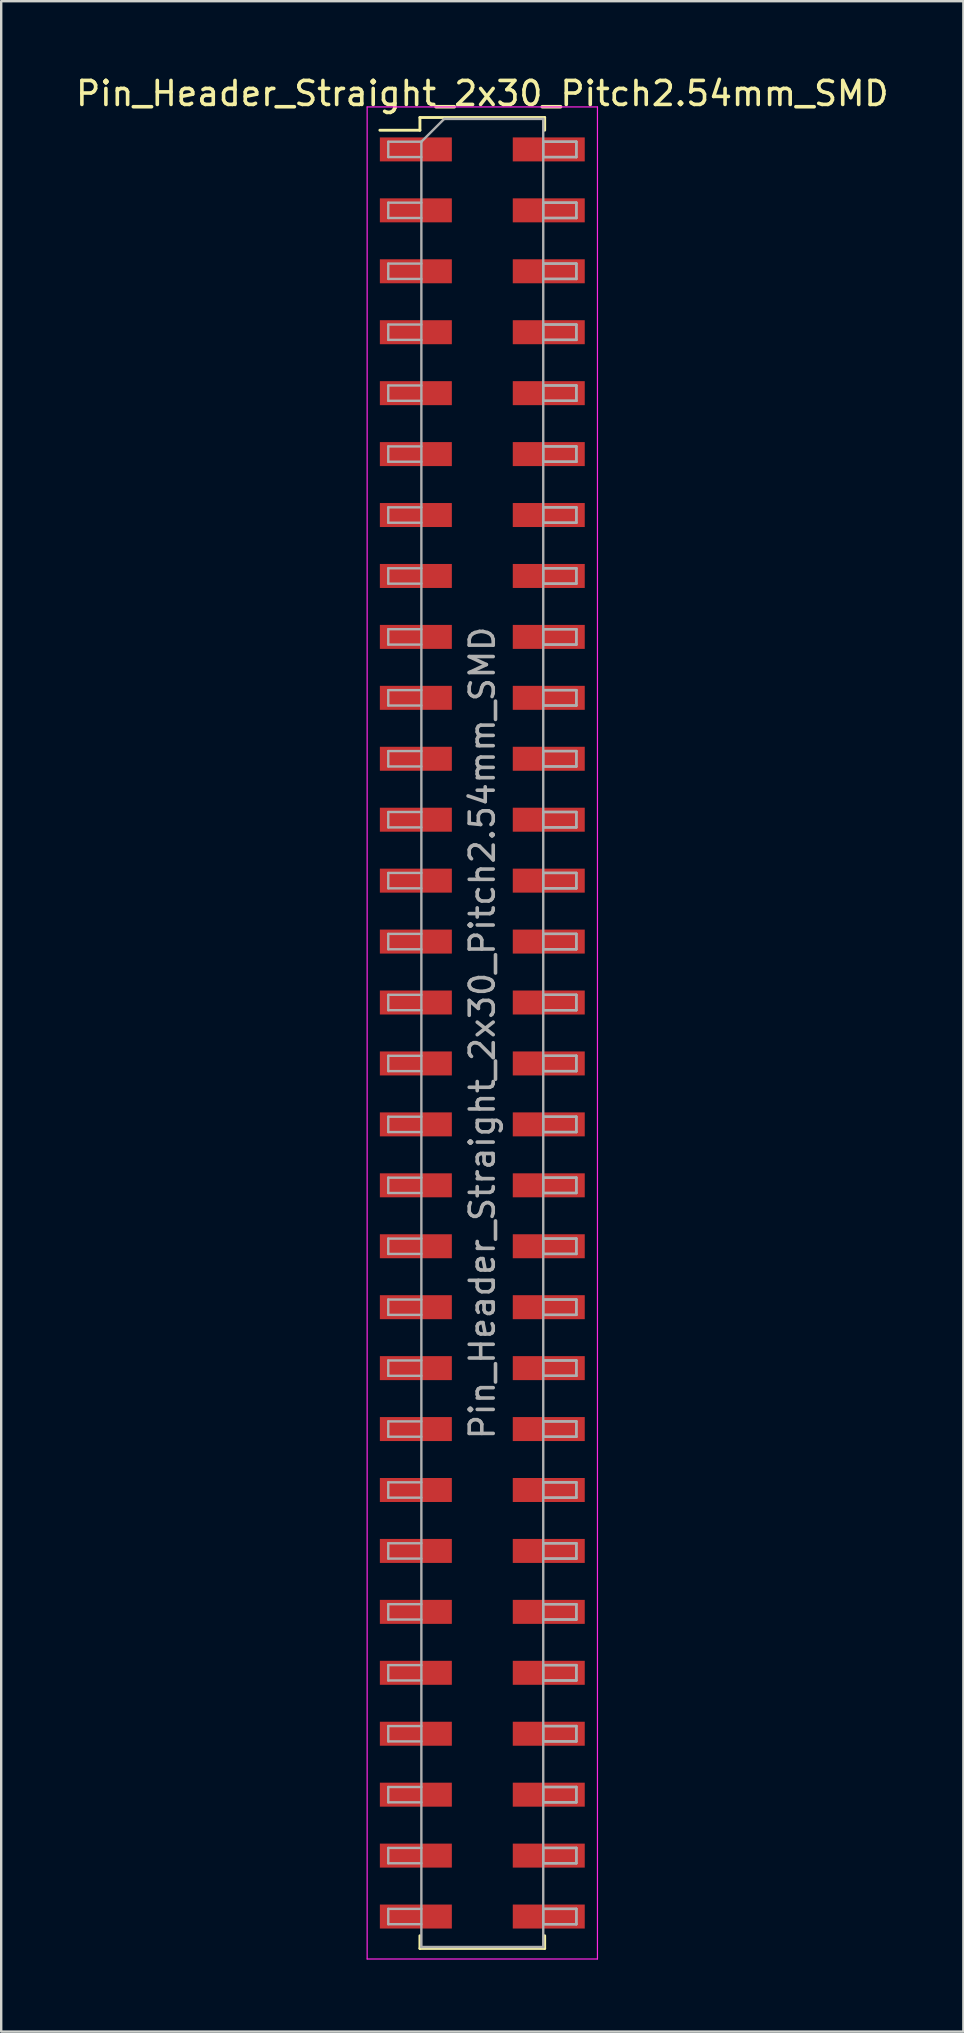
<source format=kicad_pcb>
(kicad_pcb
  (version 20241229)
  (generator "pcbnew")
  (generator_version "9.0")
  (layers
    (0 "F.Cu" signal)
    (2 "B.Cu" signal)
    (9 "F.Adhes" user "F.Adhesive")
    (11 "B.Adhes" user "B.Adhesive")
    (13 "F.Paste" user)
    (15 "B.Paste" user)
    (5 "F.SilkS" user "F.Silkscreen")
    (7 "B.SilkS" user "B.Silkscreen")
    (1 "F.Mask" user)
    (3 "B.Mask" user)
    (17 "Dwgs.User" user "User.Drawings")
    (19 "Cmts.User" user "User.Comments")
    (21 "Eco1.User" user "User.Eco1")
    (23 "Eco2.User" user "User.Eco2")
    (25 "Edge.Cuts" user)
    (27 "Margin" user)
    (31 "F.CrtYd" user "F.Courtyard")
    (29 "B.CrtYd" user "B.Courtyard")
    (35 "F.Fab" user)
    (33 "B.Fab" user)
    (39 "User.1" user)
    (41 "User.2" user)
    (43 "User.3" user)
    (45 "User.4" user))
  (footprint "Pin_Header_Straight_2x30_Pitch2.54mm_SMD"
    (layer "F.Cu")
    (at 17.054 40.008)
    (property "Reference" "Pin_Header_Straight_2x30_Pitch2.54mm_SMD" (at 0 -39.16 0) (layer "F.SilkS") (effects (font (size 1 1) (thickness 0.15))))
    (attr smd)
    (fp_line (start -4.27 -37.63) (end -2.6 -37.63) (stroke (width 0.12) (type solid)) (layer "F.SilkS"))
    (fp_line (start -2.6 -38.16) (end 2.6 -38.16) (stroke (width 0.12) (type solid)) (layer "F.SilkS"))
    (fp_line (start -2.6 -37.63) (end -2.6 -38.16) (stroke (width 0.12) (type solid)) (layer "F.SilkS"))
    (fp_line (start -2.6 37.63) (end -2.6 38.16) (stroke (width 0.12) (type solid)) (layer "F.SilkS"))
    (fp_line (start -2.6 38.16) (end 2.6 38.16) (stroke (width 0.12) (type solid)) (layer "F.SilkS"))
    (fp_line (start 2.6 -38.16) (end 2.6 -37.63) (stroke (width 0.12) (type solid)) (layer "F.SilkS"))
    (fp_line (start 2.6 38.16) (end 2.6 37.63) (stroke (width 0.12) (type solid)) (layer "F.SilkS"))
    (fp_line (start -4.8 -38.6) (end -4.8 38.6) (stroke (width 0.05) (type solid)) (layer "F.CrtYd"))
    (fp_line (start -4.8 38.6) (end 4.8 38.6) (stroke (width 0.05) (type solid)) (layer "F.CrtYd"))
    (fp_line (start 4.8 -38.6) (end -4.8 -38.6) (stroke (width 0.05) (type solid)) (layer "F.CrtYd"))
    (fp_line (start 4.8 38.6) (end 4.8 -38.6) (stroke (width 0.05) (type solid)) (layer "F.CrtYd"))
    (fp_line (start -3.92 -37.15) (end -3.92 -36.51) (stroke (width 0.1) (type solid)) (layer "F.Fab"))
    (fp_line (start -3.92 -36.51) (end -2.54 -36.51) (stroke (width 0.1) (type solid)) (layer "F.Fab"))
    (fp_line (start -3.92 -34.61) (end -3.92 -33.97) (stroke (width 0.1) (type solid)) (layer "F.Fab"))
    (fp_line (start -3.92 -33.97) (end -2.54 -33.97) (stroke (width 0.1) (type solid)) (layer "F.Fab"))
    (fp_line (start -3.92 -32.07) (end -3.92 -31.43) (stroke (width 0.1) (type solid)) (layer "F.Fab"))
    (fp_line (start -3.92 -31.43) (end -2.54 -31.43) (stroke (width 0.1) (type solid)) (layer "F.Fab"))
    (fp_line (start -3.92 -29.53) (end -3.92 -28.89) (stroke (width 0.1) (type solid)) (layer "F.Fab"))
    (fp_line (start -3.92 -28.89) (end -2.54 -28.89) (stroke (width 0.1) (type solid)) (layer "F.Fab"))
    (fp_line (start -3.92 -26.99) (end -3.92 -26.35) (stroke (width 0.1) (type solid)) (layer "F.Fab"))
    (fp_line (start -3.92 -26.35) (end -2.54 -26.35) (stroke (width 0.1) (type solid)) (layer "F.Fab"))
    (fp_line (start -3.92 -24.45) (end -3.92 -23.81) (stroke (width 0.1) (type solid)) (layer "F.Fab"))
    (fp_line (start -3.92 -23.81) (end -2.54 -23.81) (stroke (width 0.1) (type solid)) (layer "F.Fab"))
    (fp_line (start -3.92 -21.91) (end -3.92 -21.27) (stroke (width 0.1) (type solid)) (layer "F.Fab"))
    (fp_line (start -3.92 -21.27) (end -2.54 -21.27) (stroke (width 0.1) (type solid)) (layer "F.Fab"))
    (fp_line (start -3.92 -19.37) (end -3.92 -18.73) (stroke (width 0.1) (type solid)) (layer "F.Fab"))
    (fp_line (start -3.92 -18.73) (end -2.54 -18.73) (stroke (width 0.1) (type solid)) (layer "F.Fab"))
    (fp_line (start -3.92 -16.83) (end -3.92 -16.19) (stroke (width 0.1) (type solid)) (layer "F.Fab"))
    (fp_line (start -3.92 -16.19) (end -2.54 -16.19) (stroke (width 0.1) (type solid)) (layer "F.Fab"))
    (fp_line (start -3.92 -14.29) (end -3.92 -13.65) (stroke (width 0.1) (type solid)) (layer "F.Fab"))
    (fp_line (start -3.92 -13.65) (end -2.54 -13.65) (stroke (width 0.1) (type solid)) (layer "F.Fab"))
    (fp_line (start -3.92 -11.75) (end -3.92 -11.11) (stroke (width 0.1) (type solid)) (layer "F.Fab"))
    (fp_line (start -3.92 -11.11) (end -2.54 -11.11) (stroke (width 0.1) (type solid)) (layer "F.Fab"))
    (fp_line (start -3.92 -9.21) (end -3.92 -8.57) (stroke (width 0.1) (type solid)) (layer "F.Fab"))
    (fp_line (start -3.92 -8.57) (end -2.54 -8.57) (stroke (width 0.1) (type solid)) (layer "F.Fab"))
    (fp_line (start -3.92 -6.67) (end -3.92 -6.03) (stroke (width 0.1) (type solid)) (layer "F.Fab"))
    (fp_line (start -3.92 -6.03) (end -2.54 -6.03) (stroke (width 0.1) (type solid)) (layer "F.Fab"))
    (fp_line (start -3.92 -4.13) (end -3.92 -3.49) (stroke (width 0.1) (type solid)) (layer "F.Fab"))
    (fp_line (start -3.92 -3.49) (end -2.54 -3.49) (stroke (width 0.1) (type solid)) (layer "F.Fab"))
    (fp_line (start -3.92 -1.59) (end -3.92 -0.95) (stroke (width 0.1) (type solid)) (layer "F.Fab"))
    (fp_line (start -3.92 -0.95) (end -2.54 -0.95) (stroke (width 0.1) (type solid)) (layer "F.Fab"))
    (fp_line (start -3.92 0.95) (end -3.92 1.59) (stroke (width 0.1) (type solid)) (layer "F.Fab"))
    (fp_line (start -3.92 1.59) (end -2.54 1.59) (stroke (width 0.1) (type solid)) (layer "F.Fab"))
    (fp_line (start -3.92 3.49) (end -3.92 4.13) (stroke (width 0.1) (type solid)) (layer "F.Fab"))
    (fp_line (start -3.92 4.13) (end -2.54 4.13) (stroke (width 0.1) (type solid)) (layer "F.Fab"))
    (fp_line (start -3.92 6.03) (end -3.92 6.67) (stroke (width 0.1) (type solid)) (layer "F.Fab"))
    (fp_line (start -3.92 6.67) (end -2.54 6.67) (stroke (width 0.1) (type solid)) (layer "F.Fab"))
    (fp_line (start -3.92 8.57) (end -3.92 9.21) (stroke (width 0.1) (type solid)) (layer "F.Fab"))
    (fp_line (start -3.92 9.21) (end -2.54 9.21) (stroke (width 0.1) (type solid)) (layer "F.Fab"))
    (fp_line (start -3.92 11.11) (end -3.92 11.75) (stroke (width 0.1) (type solid)) (layer "F.Fab"))
    (fp_line (start -3.92 11.75) (end -2.54 11.75) (stroke (width 0.1) (type solid)) (layer "F.Fab"))
    (fp_line (start -3.92 13.65) (end -3.92 14.29) (stroke (width 0.1) (type solid)) (layer "F.Fab"))
    (fp_line (start -3.92 14.29) (end -2.54 14.29) (stroke (width 0.1) (type solid)) (layer "F.Fab"))
    (fp_line (start -3.92 16.19) (end -3.92 16.83) (stroke (width 0.1) (type solid)) (layer "F.Fab"))
    (fp_line (start -3.92 16.83) (end -2.54 16.83) (stroke (width 0.1) (type solid)) (layer "F.Fab"))
    (fp_line (start -3.92 18.73) (end -3.92 19.37) (stroke (width 0.1) (type solid)) (layer "F.Fab"))
    (fp_line (start -3.92 19.37) (end -2.54 19.37) (stroke (width 0.1) (type solid)) (layer "F.Fab"))
    (fp_line (start -3.92 21.27) (end -3.92 21.91) (stroke (width 0.1) (type solid)) (layer "F.Fab"))
    (fp_line (start -3.92 21.91) (end -2.54 21.91) (stroke (width 0.1) (type solid)) (layer "F.Fab"))
    (fp_line (start -3.92 23.81) (end -3.92 24.45) (stroke (width 0.1) (type solid)) (layer "F.Fab"))
    (fp_line (start -3.92 24.45) (end -2.54 24.45) (stroke (width 0.1) (type solid)) (layer "F.Fab"))
    (fp_line (start -3.92 26.35) (end -3.92 26.99) (stroke (width 0.1) (type solid)) (layer "F.Fab"))
    (fp_line (start -3.92 26.99) (end -2.54 26.99) (stroke (width 0.1) (type solid)) (layer "F.Fab"))
    (fp_line (start -3.92 28.89) (end -3.92 29.53) (stroke (width 0.1) (type solid)) (layer "F.Fab"))
    (fp_line (start -3.92 29.53) (end -2.54 29.53) (stroke (width 0.1) (type solid)) (layer "F.Fab"))
    (fp_line (start -3.92 31.43) (end -3.92 32.07) (stroke (width 0.1) (type solid)) (layer "F.Fab"))
    (fp_line (start -3.92 32.07) (end -2.54 32.07) (stroke (width 0.1) (type solid)) (layer "F.Fab"))
    (fp_line (start -3.92 33.97) (end -3.92 34.61) (stroke (width 0.1) (type solid)) (layer "F.Fab"))
    (fp_line (start -3.92 34.61) (end -2.54 34.61) (stroke (width 0.1) (type solid)) (layer "F.Fab"))
    (fp_line (start -3.92 36.51) (end -3.92 37.15) (stroke (width 0.1) (type solid)) (layer "F.Fab"))
    (fp_line (start -3.92 37.15) (end -2.54 37.15) (stroke (width 0.1) (type solid)) (layer "F.Fab"))
    (fp_line (start -2.54 -37.15) (end -3.92 -37.15) (stroke (width 0.1) (type solid)) (layer "F.Fab"))
    (fp_line (start -2.54 -37.15) (end -1.59 -38.1) (stroke (width 0.1) (type solid)) (layer "F.Fab"))
    (fp_line (start -2.54 -34.61) (end -3.92 -34.61) (stroke (width 0.1) (type solid)) (layer "F.Fab"))
    (fp_line (start -2.54 -32.07) (end -3.92 -32.07) (stroke (width 0.1) (type solid)) (layer "F.Fab"))
    (fp_line (start -2.54 -29.53) (end -3.92 -29.53) (stroke (width 0.1) (type solid)) (layer "F.Fab"))
    (fp_line (start -2.54 -26.99) (end -3.92 -26.99) (stroke (width 0.1) (type solid)) (layer "F.Fab"))
    (fp_line (start -2.54 -24.45) (end -3.92 -24.45) (stroke (width 0.1) (type solid)) (layer "F.Fab"))
    (fp_line (start -2.54 -21.91) (end -3.92 -21.91) (stroke (width 0.1) (type solid)) (layer "F.Fab"))
    (fp_line (start -2.54 -19.37) (end -3.92 -19.37) (stroke (width 0.1) (type solid)) (layer "F.Fab"))
    (fp_line (start -2.54 -16.83) (end -3.92 -16.83) (stroke (width 0.1) (type solid)) (layer "F.Fab"))
    (fp_line (start -2.54 -14.29) (end -3.92 -14.29) (stroke (width 0.1) (type solid)) (layer "F.Fab"))
    (fp_line (start -2.54 -11.75) (end -3.92 -11.75) (stroke (width 0.1) (type solid)) (layer "F.Fab"))
    (fp_line (start -2.54 -9.21) (end -3.92 -9.21) (stroke (width 0.1) (type solid)) (layer "F.Fab"))
    (fp_line (start -2.54 -6.67) (end -3.92 -6.67) (stroke (width 0.1) (type solid)) (layer "F.Fab"))
    (fp_line (start -2.54 -4.13) (end -3.92 -4.13) (stroke (width 0.1) (type solid)) (layer "F.Fab"))
    (fp_line (start -2.54 -1.59) (end -3.92 -1.59) (stroke (width 0.1) (type solid)) (layer "F.Fab"))
    (fp_line (start -2.54 0.95) (end -3.92 0.95) (stroke (width 0.1) (type solid)) (layer "F.Fab"))
    (fp_line (start -2.54 3.49) (end -3.92 3.49) (stroke (width 0.1) (type solid)) (layer "F.Fab"))
    (fp_line (start -2.54 6.03) (end -3.92 6.03) (stroke (width 0.1) (type solid)) (layer "F.Fab"))
    (fp_line (start -2.54 8.57) (end -3.92 8.57) (stroke (width 0.1) (type solid)) (layer "F.Fab"))
    (fp_line (start -2.54 11.11) (end -3.92 11.11) (stroke (width 0.1) (type solid)) (layer "F.Fab"))
    (fp_line (start -2.54 13.65) (end -3.92 13.65) (stroke (width 0.1) (type solid)) (layer "F.Fab"))
    (fp_line (start -2.54 16.19) (end -3.92 16.19) (stroke (width 0.1) (type solid)) (layer "F.Fab"))
    (fp_line (start -2.54 18.73) (end -3.92 18.73) (stroke (width 0.1) (type solid)) (layer "F.Fab"))
    (fp_line (start -2.54 21.27) (end -3.92 21.27) (stroke (width 0.1) (type solid)) (layer "F.Fab"))
    (fp_line (start -2.54 23.81) (end -3.92 23.81) (stroke (width 0.1) (type solid)) (layer "F.Fab"))
    (fp_line (start -2.54 26.35) (end -3.92 26.35) (stroke (width 0.1) (type solid)) (layer "F.Fab"))
    (fp_line (start -2.54 28.89) (end -3.92 28.89) (stroke (width 0.1) (type solid)) (layer "F.Fab"))
    (fp_line (start -2.54 31.43) (end -3.92 31.43) (stroke (width 0.1) (type solid)) (layer "F.Fab"))
    (fp_line (start -2.54 33.97) (end -3.92 33.97) (stroke (width 0.1) (type solid)) (layer "F.Fab"))
    (fp_line (start -2.54 36.51) (end -3.92 36.51) (stroke (width 0.1) (type solid)) (layer "F.Fab"))
    (fp_line (start -2.54 38.1) (end -2.54 -37.15) (stroke (width 0.1) (type solid)) (layer "F.Fab"))
    (fp_line (start -1.59 -38.1) (end 2.54 -38.1) (stroke (width 0.1) (type solid)) (layer "F.Fab"))
    (fp_line (start 2.54 -38.1) (end 2.54 38.1) (stroke (width 0.1) (type solid)) (layer "F.Fab"))
    (fp_line (start 2.54 -37.15) (end 2.54 -36.51) (stroke (width 0.1) (type solid)) (layer "F.Fab"))
    (fp_line (start 2.54 -37.15) (end 3.92 -37.15) (stroke (width 0.1) (type solid)) (layer "F.Fab"))
    (fp_line (start 2.54 -36.51) (end 3.92 -36.51) (stroke (width 0.1) (type solid)) (layer "F.Fab"))
    (fp_line (start 2.54 -34.61) (end 2.54 -33.97) (stroke (width 0.1) (type solid)) (layer "F.Fab"))
    (fp_line (start 2.54 -34.61) (end 3.92 -34.61) (stroke (width 0.1) (type solid)) (layer "F.Fab"))
    (fp_line (start 2.54 -33.97) (end 3.92 -33.97) (stroke (width 0.1) (type solid)) (layer "F.Fab"))
    (fp_line (start 2.54 -32.07) (end 2.54 -31.43) (stroke (width 0.1) (type solid)) (layer "F.Fab"))
    (fp_line (start 2.54 -32.07) (end 3.92 -32.07) (stroke (width 0.1) (type solid)) (layer "F.Fab"))
    (fp_line (start 2.54 -31.43) (end 3.92 -31.43) (stroke (width 0.1) (type solid)) (layer "F.Fab"))
    (fp_line (start 2.54 -29.53) (end 2.54 -28.89) (stroke (width 0.1) (type solid)) (layer "F.Fab"))
    (fp_line (start 2.54 -29.53) (end 3.92 -29.53) (stroke (width 0.1) (type solid)) (layer "F.Fab"))
    (fp_line (start 2.54 -28.89) (end 3.92 -28.89) (stroke (width 0.1) (type solid)) (layer "F.Fab"))
    (fp_line (start 2.54 -26.99) (end 2.54 -26.35) (stroke (width 0.1) (type solid)) (layer "F.Fab"))
    (fp_line (start 2.54 -26.99) (end 3.92 -26.99) (stroke (width 0.1) (type solid)) (layer "F.Fab"))
    (fp_line (start 2.54 -26.35) (end 3.92 -26.35) (stroke (width 0.1) (type solid)) (layer "F.Fab"))
    (fp_line (start 2.54 -24.45) (end 2.54 -23.81) (stroke (width 0.1) (type solid)) (layer "F.Fab"))
    (fp_line (start 2.54 -24.45) (end 3.92 -24.45) (stroke (width 0.1) (type solid)) (layer "F.Fab"))
    (fp_line (start 2.54 -23.81) (end 3.92 -23.81) (stroke (width 0.1) (type solid)) (layer "F.Fab"))
    (fp_line (start 2.54 -21.91) (end 2.54 -21.27) (stroke (width 0.1) (type solid)) (layer "F.Fab"))
    (fp_line (start 2.54 -21.91) (end 3.92 -21.91) (stroke (width 0.1) (type solid)) (layer "F.Fab"))
    (fp_line (start 2.54 -21.27) (end 3.92 -21.27) (stroke (width 0.1) (type solid)) (layer "F.Fab"))
    (fp_line (start 2.54 -19.37) (end 2.54 -18.73) (stroke (width 0.1) (type solid)) (layer "F.Fab"))
    (fp_line (start 2.54 -19.37) (end 3.92 -19.37) (stroke (width 0.1) (type solid)) (layer "F.Fab"))
    (fp_line (start 2.54 -18.73) (end 3.92 -18.73) (stroke (width 0.1) (type solid)) (layer "F.Fab"))
    (fp_line (start 2.54 -16.83) (end 2.54 -16.19) (stroke (width 0.1) (type solid)) (layer "F.Fab"))
    (fp_line (start 2.54 -16.83) (end 3.92 -16.83) (stroke (width 0.1) (type solid)) (layer "F.Fab"))
    (fp_line (start 2.54 -16.19) (end 3.92 -16.19) (stroke (width 0.1) (type solid)) (layer "F.Fab"))
    (fp_line (start 2.54 -14.29) (end 2.54 -13.65) (stroke (width 0.1) (type solid)) (layer "F.Fab"))
    (fp_line (start 2.54 -14.29) (end 3.92 -14.29) (stroke (width 0.1) (type solid)) (layer "F.Fab"))
    (fp_line (start 2.54 -13.65) (end 3.92 -13.65) (stroke (width 0.1) (type solid)) (layer "F.Fab"))
    (fp_line (start 2.54 -11.75) (end 2.54 -11.11) (stroke (width 0.1) (type solid)) (layer "F.Fab"))
    (fp_line (start 2.54 -11.75) (end 3.92 -11.75) (stroke (width 0.1) (type solid)) (layer "F.Fab"))
    (fp_line (start 2.54 -11.11) (end 3.92 -11.11) (stroke (width 0.1) (type solid)) (layer "F.Fab"))
    (fp_line (start 2.54 -9.21) (end 2.54 -8.57) (stroke (width 0.1) (type solid)) (layer "F.Fab"))
    (fp_line (start 2.54 -9.21) (end 3.92 -9.21) (stroke (width 0.1) (type solid)) (layer "F.Fab"))
    (fp_line (start 2.54 -8.57) (end 3.92 -8.57) (stroke (width 0.1) (type solid)) (layer "F.Fab"))
    (fp_line (start 2.54 -6.67) (end 2.54 -6.03) (stroke (width 0.1) (type solid)) (layer "F.Fab"))
    (fp_line (start 2.54 -6.67) (end 3.92 -6.67) (stroke (width 0.1) (type solid)) (layer "F.Fab"))
    (fp_line (start 2.54 -6.03) (end 3.92 -6.03) (stroke (width 0.1) (type solid)) (layer "F.Fab"))
    (fp_line (start 2.54 -4.13) (end 2.54 -3.49) (stroke (width 0.1) (type solid)) (layer "F.Fab"))
    (fp_line (start 2.54 -4.13) (end 3.92 -4.13) (stroke (width 0.1) (type solid)) (layer "F.Fab"))
    (fp_line (start 2.54 -3.49) (end 3.92 -3.49) (stroke (width 0.1) (type solid)) (layer "F.Fab"))
    (fp_line (start 2.54 -1.59) (end 2.54 -0.95) (stroke (width 0.1) (type solid)) (layer "F.Fab"))
    (fp_line (start 2.54 -1.59) (end 3.92 -1.59) (stroke (width 0.1) (type solid)) (layer "F.Fab"))
    (fp_line (start 2.54 -0.95) (end 3.92 -0.95) (stroke (width 0.1) (type solid)) (layer "F.Fab"))
    (fp_line (start 2.54 0.95) (end 2.54 1.59) (stroke (width 0.1) (type solid)) (layer "F.Fab"))
    (fp_line (start 2.54 0.95) (end 3.92 0.95) (stroke (width 0.1) (type solid)) (layer "F.Fab"))
    (fp_line (start 2.54 1.59) (end 3.92 1.59) (stroke (width 0.1) (type solid)) (layer "F.Fab"))
    (fp_line (start 2.54 3.49) (end 2.54 4.13) (stroke (width 0.1) (type solid)) (layer "F.Fab"))
    (fp_line (start 2.54 3.49) (end 3.92 3.49) (stroke (width 0.1) (type solid)) (layer "F.Fab"))
    (fp_line (start 2.54 4.13) (end 3.92 4.13) (stroke (width 0.1) (type solid)) (layer "F.Fab"))
    (fp_line (start 2.54 6.03) (end 2.54 6.67) (stroke (width 0.1) (type solid)) (layer "F.Fab"))
    (fp_line (start 2.54 6.03) (end 3.92 6.03) (stroke (width 0.1) (type solid)) (layer "F.Fab"))
    (fp_line (start 2.54 6.67) (end 3.92 6.67) (stroke (width 0.1) (type solid)) (layer "F.Fab"))
    (fp_line (start 2.54 8.57) (end 2.54 9.21) (stroke (width 0.1) (type solid)) (layer "F.Fab"))
    (fp_line (start 2.54 8.57) (end 3.92 8.57) (stroke (width 0.1) (type solid)) (layer "F.Fab"))
    (fp_line (start 2.54 9.21) (end 3.92 9.21) (stroke (width 0.1) (type solid)) (layer "F.Fab"))
    (fp_line (start 2.54 11.11) (end 2.54 11.75) (stroke (width 0.1) (type solid)) (layer "F.Fab"))
    (fp_line (start 2.54 11.11) (end 3.92 11.11) (stroke (width 0.1) (type solid)) (layer "F.Fab"))
    (fp_line (start 2.54 11.75) (end 3.92 11.75) (stroke (width 0.1) (type solid)) (layer "F.Fab"))
    (fp_line (start 2.54 13.65) (end 2.54 14.29) (stroke (width 0.1) (type solid)) (layer "F.Fab"))
    (fp_line (start 2.54 13.65) (end 3.92 13.65) (stroke (width 0.1) (type solid)) (layer "F.Fab"))
    (fp_line (start 2.54 14.29) (end 3.92 14.29) (stroke (width 0.1) (type solid)) (layer "F.Fab"))
    (fp_line (start 2.54 16.19) (end 2.54 16.83) (stroke (width 0.1) (type solid)) (layer "F.Fab"))
    (fp_line (start 2.54 16.19) (end 3.92 16.19) (stroke (width 0.1) (type solid)) (layer "F.Fab"))
    (fp_line (start 2.54 16.83) (end 3.92 16.83) (stroke (width 0.1) (type solid)) (layer "F.Fab"))
    (fp_line (start 2.54 18.73) (end 2.54 19.37) (stroke (width 0.1) (type solid)) (layer "F.Fab"))
    (fp_line (start 2.54 18.73) (end 3.92 18.73) (stroke (width 0.1) (type solid)) (layer "F.Fab"))
    (fp_line (start 2.54 19.37) (end 3.92 19.37) (stroke (width 0.1) (type solid)) (layer "F.Fab"))
    (fp_line (start 2.54 21.27) (end 2.54 21.91) (stroke (width 0.1) (type solid)) (layer "F.Fab"))
    (fp_line (start 2.54 21.27) (end 3.92 21.27) (stroke (width 0.1) (type solid)) (layer "F.Fab"))
    (fp_line (start 2.54 21.91) (end 3.92 21.91) (stroke (width 0.1) (type solid)) (layer "F.Fab"))
    (fp_line (start 2.54 23.81) (end 2.54 24.45) (stroke (width 0.1) (type solid)) (layer "F.Fab"))
    (fp_line (start 2.54 23.81) (end 3.92 23.81) (stroke (width 0.1) (type solid)) (layer "F.Fab"))
    (fp_line (start 2.54 24.45) (end 3.92 24.45) (stroke (width 0.1) (type solid)) (layer "F.Fab"))
    (fp_line (start 2.54 26.35) (end 2.54 26.99) (stroke (width 0.1) (type solid)) (layer "F.Fab"))
    (fp_line (start 2.54 26.35) (end 3.92 26.35) (stroke (width 0.1) (type solid)) (layer "F.Fab"))
    (fp_line (start 2.54 26.99) (end 3.92 26.99) (stroke (width 0.1) (type solid)) (layer "F.Fab"))
    (fp_line (start 2.54 28.89) (end 2.54 29.53) (stroke (width 0.1) (type solid)) (layer "F.Fab"))
    (fp_line (start 2.54 28.89) (end 3.92 28.89) (stroke (width 0.1) (type solid)) (layer "F.Fab"))
    (fp_line (start 2.54 29.53) (end 3.92 29.53) (stroke (width 0.1) (type solid)) (layer "F.Fab"))
    (fp_line (start 2.54 31.43) (end 2.54 32.07) (stroke (width 0.1) (type solid)) (layer "F.Fab"))
    (fp_line (start 2.54 31.43) (end 3.92 31.43) (stroke (width 0.1) (type solid)) (layer "F.Fab"))
    (fp_line (start 2.54 32.07) (end 3.92 32.07) (stroke (width 0.1) (type solid)) (layer "F.Fab"))
    (fp_line (start 2.54 33.97) (end 2.54 34.61) (stroke (width 0.1) (type solid)) (layer "F.Fab"))
    (fp_line (start 2.54 33.97) (end 3.92 33.97) (stroke (width 0.1) (type solid)) (layer "F.Fab"))
    (fp_line (start 2.54 34.61) (end 3.92 34.61) (stroke (width 0.1) (type solid)) (layer "F.Fab"))
    (fp_line (start 2.54 36.51) (end 2.54 37.15) (stroke (width 0.1) (type solid)) (layer "F.Fab"))
    (fp_line (start 2.54 36.51) (end 3.92 36.51) (stroke (width 0.1) (type solid)) (layer "F.Fab"))
    (fp_line (start 2.54 37.15) (end 3.92 37.15) (stroke (width 0.1) (type solid)) (layer "F.Fab"))
    (fp_line (start 2.54 38.1) (end -2.54 38.1) (stroke (width 0.1) (type solid)) (layer "F.Fab"))
    (fp_line (start 3.92 -37.15) (end 2.54 -37.15) (stroke (width 0.1) (type solid)) (layer "F.Fab"))
    (fp_line (start 3.92 -37.15) (end 3.92 -36.51) (stroke (width 0.1) (type solid)) (layer "F.Fab"))
    (fp_line (start 3.92 -36.51) (end 2.54 -36.51) (stroke (width 0.1) (type solid)) (layer "F.Fab"))
    (fp_line (start 3.92 -36.51) (end 3.92 -37.15) (stroke (width 0.1) (type solid)) (layer "F.Fab"))
    (fp_line (start 3.92 -34.61) (end 2.54 -34.61) (stroke (width 0.1) (type solid)) (layer "F.Fab"))
    (fp_line (start 3.92 -34.61) (end 3.92 -33.97) (stroke (width 0.1) (type solid)) (layer "F.Fab"))
    (fp_line (start 3.92 -33.97) (end 2.54 -33.97) (stroke (width 0.1) (type solid)) (layer "F.Fab"))
    (fp_line (start 3.92 -33.97) (end 3.92 -34.61) (stroke (width 0.1) (type solid)) (layer "F.Fab"))
    (fp_line (start 3.92 -32.07) (end 2.54 -32.07) (stroke (width 0.1) (type solid)) (layer "F.Fab"))
    (fp_line (start 3.92 -32.07) (end 3.92 -31.43) (stroke (width 0.1) (type solid)) (layer "F.Fab"))
    (fp_line (start 3.92 -31.43) (end 2.54 -31.43) (stroke (width 0.1) (type solid)) (layer "F.Fab"))
    (fp_line (start 3.92 -31.43) (end 3.92 -32.07) (stroke (width 0.1) (type solid)) (layer "F.Fab"))
    (fp_line (start 3.92 -29.53) (end 2.54 -29.53) (stroke (width 0.1) (type solid)) (layer "F.Fab"))
    (fp_line (start 3.92 -29.53) (end 3.92 -28.89) (stroke (width 0.1) (type solid)) (layer "F.Fab"))
    (fp_line (start 3.92 -28.89) (end 2.54 -28.89) (stroke (width 0.1) (type solid)) (layer "F.Fab"))
    (fp_line (start 3.92 -28.89) (end 3.92 -29.53) (stroke (width 0.1) (type solid)) (layer "F.Fab"))
    (fp_line (start 3.92 -26.99) (end 2.54 -26.99) (stroke (width 0.1) (type solid)) (layer "F.Fab"))
    (fp_line (start 3.92 -26.99) (end 3.92 -26.35) (stroke (width 0.1) (type solid)) (layer "F.Fab"))
    (fp_line (start 3.92 -26.35) (end 2.54 -26.35) (stroke (width 0.1) (type solid)) (layer "F.Fab"))
    (fp_line (start 3.92 -26.35) (end 3.92 -26.99) (stroke (width 0.1) (type solid)) (layer "F.Fab"))
    (fp_line (start 3.92 -24.45) (end 2.54 -24.45) (stroke (width 0.1) (type solid)) (layer "F.Fab"))
    (fp_line (start 3.92 -24.45) (end 3.92 -23.81) (stroke (width 0.1) (type solid)) (layer "F.Fab"))
    (fp_line (start 3.92 -23.81) (end 2.54 -23.81) (stroke (width 0.1) (type solid)) (layer "F.Fab"))
    (fp_line (start 3.92 -23.81) (end 3.92 -24.45) (stroke (width 0.1) (type solid)) (layer "F.Fab"))
    (fp_line (start 3.92 -21.91) (end 2.54 -21.91) (stroke (width 0.1) (type solid)) (layer "F.Fab"))
    (fp_line (start 3.92 -21.91) (end 3.92 -21.27) (stroke (width 0.1) (type solid)) (layer "F.Fab"))
    (fp_line (start 3.92 -21.27) (end 2.54 -21.27) (stroke (width 0.1) (type solid)) (layer "F.Fab"))
    (fp_line (start 3.92 -21.27) (end 3.92 -21.91) (stroke (width 0.1) (type solid)) (layer "F.Fab"))
    (fp_line (start 3.92 -19.37) (end 2.54 -19.37) (stroke (width 0.1) (type solid)) (layer "F.Fab"))
    (fp_line (start 3.92 -19.37) (end 3.92 -18.73) (stroke (width 0.1) (type solid)) (layer "F.Fab"))
    (fp_line (start 3.92 -18.73) (end 2.54 -18.73) (stroke (width 0.1) (type solid)) (layer "F.Fab"))
    (fp_line (start 3.92 -18.73) (end 3.92 -19.37) (stroke (width 0.1) (type solid)) (layer "F.Fab"))
    (fp_line (start 3.92 -16.83) (end 2.54 -16.83) (stroke (width 0.1) (type solid)) (layer "F.Fab"))
    (fp_line (start 3.92 -16.83) (end 3.92 -16.19) (stroke (width 0.1) (type solid)) (layer "F.Fab"))
    (fp_line (start 3.92 -16.19) (end 2.54 -16.19) (stroke (width 0.1) (type solid)) (layer "F.Fab"))
    (fp_line (start 3.92 -16.19) (end 3.92 -16.83) (stroke (width 0.1) (type solid)) (layer "F.Fab"))
    (fp_line (start 3.92 -14.29) (end 2.54 -14.29) (stroke (width 0.1) (type solid)) (layer "F.Fab"))
    (fp_line (start 3.92 -14.29) (end 3.92 -13.65) (stroke (width 0.1) (type solid)) (layer "F.Fab"))
    (fp_line (start 3.92 -13.65) (end 2.54 -13.65) (stroke (width 0.1) (type solid)) (layer "F.Fab"))
    (fp_line (start 3.92 -13.65) (end 3.92 -14.29) (stroke (width 0.1) (type solid)) (layer "F.Fab"))
    (fp_line (start 3.92 -11.75) (end 2.54 -11.75) (stroke (width 0.1) (type solid)) (layer "F.Fab"))
    (fp_line (start 3.92 -11.75) (end 3.92 -11.11) (stroke (width 0.1) (type solid)) (layer "F.Fab"))
    (fp_line (start 3.92 -11.11) (end 2.54 -11.11) (stroke (width 0.1) (type solid)) (layer "F.Fab"))
    (fp_line (start 3.92 -11.11) (end 3.92 -11.75) (stroke (width 0.1) (type solid)) (layer "F.Fab"))
    (fp_line (start 3.92 -9.21) (end 2.54 -9.21) (stroke (width 0.1) (type solid)) (layer "F.Fab"))
    (fp_line (start 3.92 -9.21) (end 3.92 -8.57) (stroke (width 0.1) (type solid)) (layer "F.Fab"))
    (fp_line (start 3.92 -8.57) (end 2.54 -8.57) (stroke (width 0.1) (type solid)) (layer "F.Fab"))
    (fp_line (start 3.92 -8.57) (end 3.92 -9.21) (stroke (width 0.1) (type solid)) (layer "F.Fab"))
    (fp_line (start 3.92 -6.67) (end 2.54 -6.67) (stroke (width 0.1) (type solid)) (layer "F.Fab"))
    (fp_line (start 3.92 -6.67) (end 3.92 -6.03) (stroke (width 0.1) (type solid)) (layer "F.Fab"))
    (fp_line (start 3.92 -6.03) (end 2.54 -6.03) (stroke (width 0.1) (type solid)) (layer "F.Fab"))
    (fp_line (start 3.92 -6.03) (end 3.92 -6.67) (stroke (width 0.1) (type solid)) (layer "F.Fab"))
    (fp_line (start 3.92 -4.13) (end 2.54 -4.13) (stroke (width 0.1) (type solid)) (layer "F.Fab"))
    (fp_line (start 3.92 -4.13) (end 3.92 -3.49) (stroke (width 0.1) (type solid)) (layer "F.Fab"))
    (fp_line (start 3.92 -3.49) (end 2.54 -3.49) (stroke (width 0.1) (type solid)) (layer "F.Fab"))
    (fp_line (start 3.92 -3.49) (end 3.92 -4.13) (stroke (width 0.1) (type solid)) (layer "F.Fab"))
    (fp_line (start 3.92 -1.59) (end 2.54 -1.59) (stroke (width 0.1) (type solid)) (layer "F.Fab"))
    (fp_line (start 3.92 -1.59) (end 3.92 -0.95) (stroke (width 0.1) (type solid)) (layer "F.Fab"))
    (fp_line (start 3.92 -0.95) (end 2.54 -0.95) (stroke (width 0.1) (type solid)) (layer "F.Fab"))
    (fp_line (start 3.92 -0.95) (end 3.92 -1.59) (stroke (width 0.1) (type solid)) (layer "F.Fab"))
    (fp_line (start 3.92 0.95) (end 2.54 0.95) (stroke (width 0.1) (type solid)) (layer "F.Fab"))
    (fp_line (start 3.92 0.95) (end 3.92 1.59) (stroke (width 0.1) (type solid)) (layer "F.Fab"))
    (fp_line (start 3.92 1.59) (end 2.54 1.59) (stroke (width 0.1) (type solid)) (layer "F.Fab"))
    (fp_line (start 3.92 1.59) (end 3.92 0.95) (stroke (width 0.1) (type solid)) (layer "F.Fab"))
    (fp_line (start 3.92 3.49) (end 2.54 3.49) (stroke (width 0.1) (type solid)) (layer "F.Fab"))
    (fp_line (start 3.92 3.49) (end 3.92 4.13) (stroke (width 0.1) (type solid)) (layer "F.Fab"))
    (fp_line (start 3.92 4.13) (end 2.54 4.13) (stroke (width 0.1) (type solid)) (layer "F.Fab"))
    (fp_line (start 3.92 4.13) (end 3.92 3.49) (stroke (width 0.1) (type solid)) (layer "F.Fab"))
    (fp_line (start 3.92 6.03) (end 2.54 6.03) (stroke (width 0.1) (type solid)) (layer "F.Fab"))
    (fp_line (start 3.92 6.03) (end 3.92 6.67) (stroke (width 0.1) (type solid)) (layer "F.Fab"))
    (fp_line (start 3.92 6.67) (end 2.54 6.67) (stroke (width 0.1) (type solid)) (layer "F.Fab"))
    (fp_line (start 3.92 6.67) (end 3.92 6.03) (stroke (width 0.1) (type solid)) (layer "F.Fab"))
    (fp_line (start 3.92 8.57) (end 2.54 8.57) (stroke (width 0.1) (type solid)) (layer "F.Fab"))
    (fp_line (start 3.92 8.57) (end 3.92 9.21) (stroke (width 0.1) (type solid)) (layer "F.Fab"))
    (fp_line (start 3.92 9.21) (end 2.54 9.21) (stroke (width 0.1) (type solid)) (layer "F.Fab"))
    (fp_line (start 3.92 9.21) (end 3.92 8.57) (stroke (width 0.1) (type solid)) (layer "F.Fab"))
    (fp_line (start 3.92 11.11) (end 2.54 11.11) (stroke (width 0.1) (type solid)) (layer "F.Fab"))
    (fp_line (start 3.92 11.11) (end 3.92 11.75) (stroke (width 0.1) (type solid)) (layer "F.Fab"))
    (fp_line (start 3.92 11.75) (end 2.54 11.75) (stroke (width 0.1) (type solid)) (layer "F.Fab"))
    (fp_line (start 3.92 11.75) (end 3.92 11.11) (stroke (width 0.1) (type solid)) (layer "F.Fab"))
    (fp_line (start 3.92 13.65) (end 2.54 13.65) (stroke (width 0.1) (type solid)) (layer "F.Fab"))
    (fp_line (start 3.92 13.65) (end 3.92 14.29) (stroke (width 0.1) (type solid)) (layer "F.Fab"))
    (fp_line (start 3.92 14.29) (end 2.54 14.29) (stroke (width 0.1) (type solid)) (layer "F.Fab"))
    (fp_line (start 3.92 14.29) (end 3.92 13.65) (stroke (width 0.1) (type solid)) (layer "F.Fab"))
    (fp_line (start 3.92 16.19) (end 2.54 16.19) (stroke (width 0.1) (type solid)) (layer "F.Fab"))
    (fp_line (start 3.92 16.19) (end 3.92 16.83) (stroke (width 0.1) (type solid)) (layer "F.Fab"))
    (fp_line (start 3.92 16.83) (end 2.54 16.83) (stroke (width 0.1) (type solid)) (layer "F.Fab"))
    (fp_line (start 3.92 16.83) (end 3.92 16.19) (stroke (width 0.1) (type solid)) (layer "F.Fab"))
    (fp_line (start 3.92 18.73) (end 2.54 18.73) (stroke (width 0.1) (type solid)) (layer "F.Fab"))
    (fp_line (start 3.92 18.73) (end 3.92 19.37) (stroke (width 0.1) (type solid)) (layer "F.Fab"))
    (fp_line (start 3.92 19.37) (end 2.54 19.37) (stroke (width 0.1) (type solid)) (layer "F.Fab"))
    (fp_line (start 3.92 19.37) (end 3.92 18.73) (stroke (width 0.1) (type solid)) (layer "F.Fab"))
    (fp_line (start 3.92 21.27) (end 2.54 21.27) (stroke (width 0.1) (type solid)) (layer "F.Fab"))
    (fp_line (start 3.92 21.27) (end 3.92 21.91) (stroke (width 0.1) (type solid)) (layer "F.Fab"))
    (fp_line (start 3.92 21.91) (end 2.54 21.91) (stroke (width 0.1) (type solid)) (layer "F.Fab"))
    (fp_line (start 3.92 21.91) (end 3.92 21.27) (stroke (width 0.1) (type solid)) (layer "F.Fab"))
    (fp_line (start 3.92 23.81) (end 2.54 23.81) (stroke (width 0.1) (type solid)) (layer "F.Fab"))
    (fp_line (start 3.92 23.81) (end 3.92 24.45) (stroke (width 0.1) (type solid)) (layer "F.Fab"))
    (fp_line (start 3.92 24.45) (end 2.54 24.45) (stroke (width 0.1) (type solid)) (layer "F.Fab"))
    (fp_line (start 3.92 24.45) (end 3.92 23.81) (stroke (width 0.1) (type solid)) (layer "F.Fab"))
    (fp_line (start 3.92 26.35) (end 2.54 26.35) (stroke (width 0.1) (type solid)) (layer "F.Fab"))
    (fp_line (start 3.92 26.35) (end 3.92 26.99) (stroke (width 0.1) (type solid)) (layer "F.Fab"))
    (fp_line (start 3.92 26.99) (end 2.54 26.99) (stroke (width 0.1) (type solid)) (layer "F.Fab"))
    (fp_line (start 3.92 26.99) (end 3.92 26.35) (stroke (width 0.1) (type solid)) (layer "F.Fab"))
    (fp_line (start 3.92 28.89) (end 2.54 28.89) (stroke (width 0.1) (type solid)) (layer "F.Fab"))
    (fp_line (start 3.92 28.89) (end 3.92 29.53) (stroke (width 0.1) (type solid)) (layer "F.Fab"))
    (fp_line (start 3.92 29.53) (end 2.54 29.53) (stroke (width 0.1) (type solid)) (layer "F.Fab"))
    (fp_line (start 3.92 29.53) (end 3.92 28.89) (stroke (width 0.1) (type solid)) (layer "F.Fab"))
    (fp_line (start 3.92 31.43) (end 2.54 31.43) (stroke (width 0.1) (type solid)) (layer "F.Fab"))
    (fp_line (start 3.92 31.43) (end 3.92 32.07) (stroke (width 0.1) (type solid)) (layer "F.Fab"))
    (fp_line (start 3.92 32.07) (end 2.54 32.07) (stroke (width 0.1) (type solid)) (layer "F.Fab"))
    (fp_line (start 3.92 32.07) (end 3.92 31.43) (stroke (width 0.1) (type solid)) (layer "F.Fab"))
    (fp_line (start 3.92 33.97) (end 2.54 33.97) (stroke (width 0.1) (type solid)) (layer "F.Fab"))
    (fp_line (start 3.92 33.97) (end 3.92 34.61) (stroke (width 0.1) (type solid)) (layer "F.Fab"))
    (fp_line (start 3.92 34.61) (end 2.54 34.61) (stroke (width 0.1) (type solid)) (layer "F.Fab"))
    (fp_line (start 3.92 34.61) (end 3.92 33.97) (stroke (width 0.1) (type solid)) (layer "F.Fab"))
    (fp_line (start 3.92 36.51) (end 2.54 36.51) (stroke (width 0.1) (type solid)) (layer "F.Fab"))
    (fp_line (start 3.92 36.51) (end 3.92 37.15) (stroke (width 0.1) (type solid)) (layer "F.Fab"))
    (fp_line (start 3.92 37.15) (end 2.54 37.15) (stroke (width 0.1) (type solid)) (layer "F.Fab"))
    (fp_line (start 3.92 37.15) (end 3.92 36.51) (stroke (width 0.1) (type solid)) (layer "F.Fab"))
    (fp_text user "${REFERENCE}" (at 0 0 90) (layer "F.Fab") (effects (font (size 1 1) (thickness 0.15))))
    (pad "1" smd rect (at -2.77 -36.83) (size 3 1) (layers "F.Cu" "F.Mask"))
    (pad "2" smd rect (at 2.77 -36.83) (size 3 1) (layers "F.Cu" "F.Mask"))
    (pad "3" smd rect (at -2.77 -34.29) (size 3 1) (layers "F.Cu" "F.Mask"))
    (pad "4" smd rect (at 2.77 -34.29) (size 3 1) (layers "F.Cu" "F.Mask"))
    (pad "5" smd rect (at -2.77 -31.75) (size 3 1) (layers "F.Cu" "F.Mask"))
    (pad "6" smd rect (at 2.77 -31.75) (size 3 1) (layers "F.Cu" "F.Mask"))
    (pad "7" smd rect (at -2.77 -29.21) (size 3 1) (layers "F.Cu" "F.Mask"))
    (pad "8" smd rect (at 2.77 -29.21) (size 3 1) (layers "F.Cu" "F.Mask"))
    (pad "9" smd rect (at -2.77 -26.67) (size 3 1) (layers "F.Cu" "F.Mask"))
    (pad "10" smd rect (at 2.77 -26.67) (size 3 1) (layers "F.Cu" "F.Mask"))
    (pad "11" smd rect (at -2.77 -24.13) (size 3 1) (layers "F.Cu" "F.Mask"))
    (pad "12" smd rect (at 2.77 -24.13) (size 3 1) (layers "F.Cu" "F.Mask"))
    (pad "13" smd rect (at -2.77 -21.59) (size 3 1) (layers "F.Cu" "F.Mask"))
    (pad "14" smd rect (at 2.77 -21.59) (size 3 1) (layers "F.Cu" "F.Mask"))
    (pad "15" smd rect (at -2.77 -19.05) (size 3 1) (layers "F.Cu" "F.Mask"))
    (pad "16" smd rect (at 2.77 -19.05) (size 3 1) (layers "F.Cu" "F.Mask"))
    (pad "17" smd rect (at -2.77 -16.51) (size 3 1) (layers "F.Cu" "F.Mask"))
    (pad "18" smd rect (at 2.77 -16.51) (size 3 1) (layers "F.Cu" "F.Mask"))
    (pad "19" smd rect (at -2.77 -13.97) (size 3 1) (layers "F.Cu" "F.Mask"))
    (pad "20" smd rect (at 2.77 -13.97) (size 3 1) (layers "F.Cu" "F.Mask"))
    (pad "21" smd rect (at -2.77 -11.43) (size 3 1) (layers "F.Cu" "F.Mask"))
    (pad "22" smd rect (at 2.77 -11.43) (size 3 1) (layers "F.Cu" "F.Mask"))
    (pad "23" smd rect (at -2.77 -8.89) (size 3 1) (layers "F.Cu" "F.Mask"))
    (pad "24" smd rect (at 2.77 -8.89) (size 3 1) (layers "F.Cu" "F.Mask"))
    (pad "25" smd rect (at -2.77 -6.35) (size 3 1) (layers "F.Cu" "F.Mask"))
    (pad "26" smd rect (at 2.77 -6.35) (size 3 1) (layers "F.Cu" "F.Mask"))
    (pad "27" smd rect (at -2.77 -3.81) (size 3 1) (layers "F.Cu" "F.Mask"))
    (pad "28" smd rect (at 2.77 -3.81) (size 3 1) (layers "F.Cu" "F.Mask"))
    (pad "29" smd rect (at -2.77 -1.27) (size 3 1) (layers "F.Cu" "F.Mask"))
    (pad "30" smd rect (at 2.77 -1.27) (size 3 1) (layers "F.Cu" "F.Mask"))
    (pad "31" smd rect (at -2.77 1.27) (size 3 1) (layers "F.Cu" "F.Mask"))
    (pad "32" smd rect (at 2.77 1.27) (size 3 1) (layers "F.Cu" "F.Mask"))
    (pad "33" smd rect (at -2.77 3.81) (size 3 1) (layers "F.Cu" "F.Mask"))
    (pad "34" smd rect (at 2.77 3.81) (size 3 1) (layers "F.Cu" "F.Mask"))
    (pad "35" smd rect (at -2.77 6.35) (size 3 1) (layers "F.Cu" "F.Mask"))
    (pad "36" smd rect (at 2.77 6.35) (size 3 1) (layers "F.Cu" "F.Mask"))
    (pad "37" smd rect (at -2.77 8.89) (size 3 1) (layers "F.Cu" "F.Mask"))
    (pad "38" smd rect (at 2.77 8.89) (size 3 1) (layers "F.Cu" "F.Mask"))
    (pad "39" smd rect (at -2.77 11.43) (size 3 1) (layers "F.Cu" "F.Mask"))
    (pad "40" smd rect (at 2.77 11.43) (size 3 1) (layers "F.Cu" "F.Mask"))
    (pad "41" smd rect (at -2.77 13.97) (size 3 1) (layers "F.Cu" "F.Mask"))
    (pad "42" smd rect (at 2.77 13.97) (size 3 1) (layers "F.Cu" "F.Mask"))
    (pad "43" smd rect (at -2.77 16.51) (size 3 1) (layers "F.Cu" "F.Mask"))
    (pad "44" smd rect (at 2.77 16.51) (size 3 1) (layers "F.Cu" "F.Mask"))
    (pad "45" smd rect (at -2.77 19.05) (size 3 1) (layers "F.Cu" "F.Mask"))
    (pad "46" smd rect (at 2.77 19.05) (size 3 1) (layers "F.Cu" "F.Mask"))
    (pad "47" smd rect (at -2.77 21.59) (size 3 1) (layers "F.Cu" "F.Mask"))
    (pad "48" smd rect (at 2.77 21.59) (size 3 1) (layers "F.Cu" "F.Mask"))
    (pad "49" smd rect (at -2.77 24.13) (size 3 1) (layers "F.Cu" "F.Mask"))
    (pad "50" smd rect (at 2.77 24.13) (size 3 1) (layers "F.Cu" "F.Mask"))
    (pad "51" smd rect (at -2.77 26.67) (size 3 1) (layers "F.Cu" "F.Mask"))
    (pad "52" smd rect (at 2.77 26.67) (size 3 1) (layers "F.Cu" "F.Mask"))
    (pad "53" smd rect (at -2.77 29.21) (size 3 1) (layers "F.Cu" "F.Mask"))
    (pad "54" smd rect (at 2.77 29.21) (size 3 1) (layers "F.Cu" "F.Mask"))
    (pad "55" smd rect (at -2.77 31.75) (size 3 1) (layers "F.Cu" "F.Mask"))
    (pad "56" smd rect (at 2.77 31.75) (size 3 1) (layers "F.Cu" "F.Mask"))
    (pad "57" smd rect (at -2.77 34.29) (size 3 1) (layers "F.Cu" "F.Mask"))
    (pad "58" smd rect (at 2.77 34.29) (size 3 1) (layers "F.Cu" "F.Mask"))
    (pad "59" smd rect (at -2.77 36.83) (size 3 1) (layers "F.Cu" "F.Mask"))
    (pad "60" smd rect (at 2.77 36.83) (size 3 1) (layers "F.Cu" "F.Mask")))
  (gr_rect
    (start -3 -3)
    (end 37.107 81.633)
    (stroke (width 0.1) (type default))
    (fill no)
    (layer "Edge.Cuts")))
</source>
